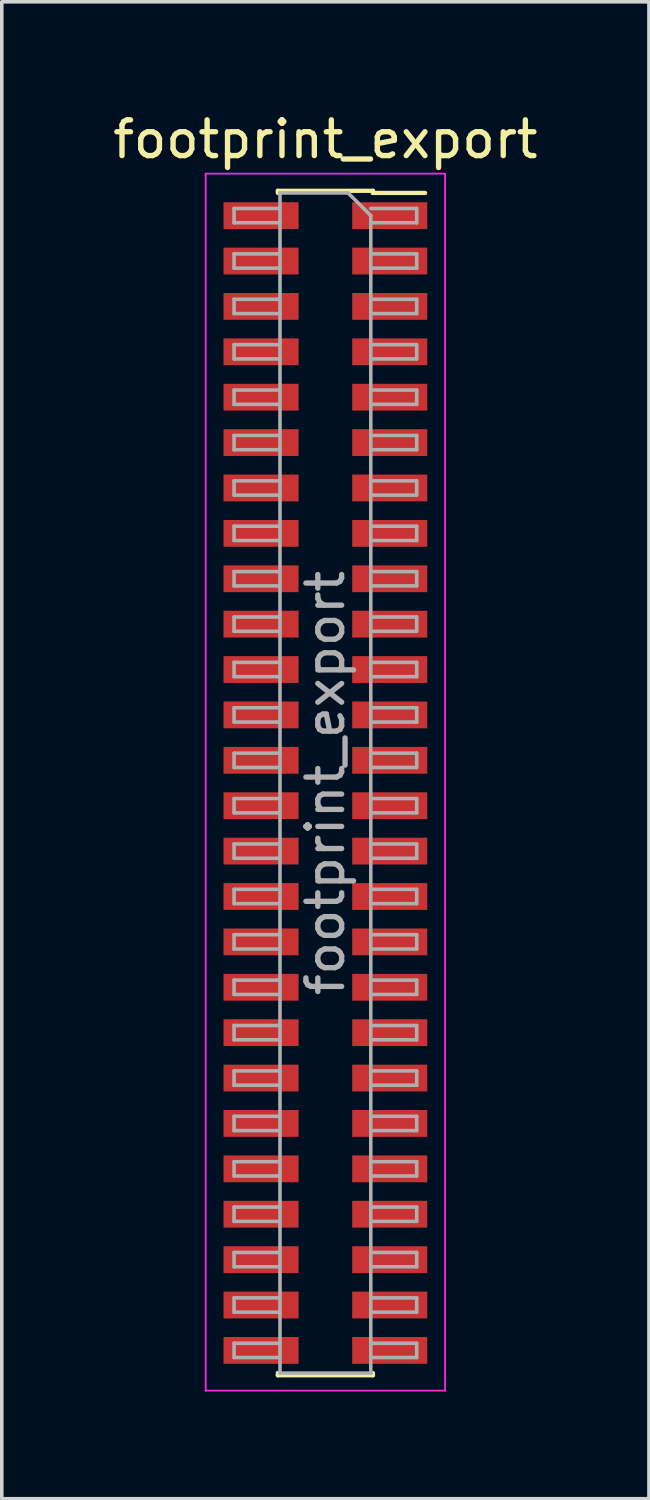
<source format=kicad_pcb>
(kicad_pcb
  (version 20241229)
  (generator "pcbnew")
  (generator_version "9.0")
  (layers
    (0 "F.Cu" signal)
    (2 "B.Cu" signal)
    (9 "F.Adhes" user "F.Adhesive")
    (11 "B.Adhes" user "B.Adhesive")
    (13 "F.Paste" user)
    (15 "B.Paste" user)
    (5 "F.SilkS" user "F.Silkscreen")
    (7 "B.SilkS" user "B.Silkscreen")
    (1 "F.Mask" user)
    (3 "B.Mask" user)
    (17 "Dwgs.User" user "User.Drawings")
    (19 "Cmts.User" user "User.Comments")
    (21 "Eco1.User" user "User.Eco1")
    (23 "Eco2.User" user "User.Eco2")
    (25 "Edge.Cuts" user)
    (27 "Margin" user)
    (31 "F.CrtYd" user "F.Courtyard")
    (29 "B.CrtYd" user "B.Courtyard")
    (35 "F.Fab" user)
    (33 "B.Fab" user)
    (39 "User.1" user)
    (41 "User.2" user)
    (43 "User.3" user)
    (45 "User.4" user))
  (footprint "footprint_export"
    (layer "F.Cu")
    (at 6.054 18.858)
    (property "Reference" "footprint_export" (at 0 -18.01 0) (layer "F.SilkS") (effects (font (size 1 1) (thickness 0.15))))
    (attr smd)
    (fp_line (start -1.33 -16.57) (end -1.33 -16.51) (stroke (width 0.12) (type solid)) (layer "F.SilkS"))
    (fp_line (start -1.33 -16.57) (end 1.33 -16.57) (stroke (width 0.12) (type solid)) (layer "F.SilkS"))
    (fp_line (start -1.33 16.51) (end -1.33 16.57) (stroke (width 0.12) (type solid)) (layer "F.SilkS"))
    (fp_line (start -1.33 16.57) (end 1.33 16.57) (stroke (width 0.12) (type solid)) (layer "F.SilkS"))
    (fp_line (start 1.33 -16.57) (end 1.33 -16.51) (stroke (width 0.12) (type solid)) (layer "F.SilkS"))
    (fp_line (start 1.33 -16.51) (end 2.79 -16.51) (stroke (width 0.12) (type solid)) (layer "F.SilkS"))
    (fp_line (start 1.33 16.51) (end 1.33 16.57) (stroke (width 0.12) (type solid)) (layer "F.SilkS"))
    (fp_line (start -3.35 -17.05) (end 3.35 -17.05) (stroke (width 0.05) (type solid)) (layer "F.CrtYd"))
    (fp_line (start -3.35 17) (end -3.35 -17.05) (stroke (width 0.05) (type solid)) (layer "F.CrtYd"))
    (fp_line (start 3.35 -17.05) (end 3.35 17) (stroke (width 0.05) (type solid)) (layer "F.CrtYd"))
    (fp_line (start 3.35 17) (end -3.35 17) (stroke (width 0.05) (type solid)) (layer "F.CrtYd"))
    (fp_line (start -2.555 -16.075) (end -1.27 -16.075) (stroke (width 0.1) (type solid)) (layer "F.Fab"))
    (fp_line (start -2.555 -15.675) (end -2.555 -16.075) (stroke (width 0.1) (type solid)) (layer "F.Fab"))
    (fp_line (start -2.555 -14.805) (end -1.27 -14.805) (stroke (width 0.1) (type solid)) (layer "F.Fab"))
    (fp_line (start -2.555 -14.405) (end -2.555 -14.805) (stroke (width 0.1) (type solid)) (layer "F.Fab"))
    (fp_line (start -2.555 -13.535) (end -1.27 -13.535) (stroke (width 0.1) (type solid)) (layer "F.Fab"))
    (fp_line (start -2.555 -13.135) (end -2.555 -13.535) (stroke (width 0.1) (type solid)) (layer "F.Fab"))
    (fp_line (start -2.555 -12.265) (end -1.27 -12.265) (stroke (width 0.1) (type solid)) (layer "F.Fab"))
    (fp_line (start -2.555 -11.865) (end -2.555 -12.265) (stroke (width 0.1) (type solid)) (layer "F.Fab"))
    (fp_line (start -2.555 -10.995) (end -1.27 -10.995) (stroke (width 0.1) (type solid)) (layer "F.Fab"))
    (fp_line (start -2.555 -10.595) (end -2.555 -10.995) (stroke (width 0.1) (type solid)) (layer "F.Fab"))
    (fp_line (start -2.555 -9.725) (end -1.27 -9.725) (stroke (width 0.1) (type solid)) (layer "F.Fab"))
    (fp_line (start -2.555 -9.325) (end -2.555 -9.725) (stroke (width 0.1) (type solid)) (layer "F.Fab"))
    (fp_line (start -2.555 -8.455) (end -1.27 -8.455) (stroke (width 0.1) (type solid)) (layer "F.Fab"))
    (fp_line (start -2.555 -8.055) (end -2.555 -8.455) (stroke (width 0.1) (type solid)) (layer "F.Fab"))
    (fp_line (start -2.555 -7.185) (end -1.27 -7.185) (stroke (width 0.1) (type solid)) (layer "F.Fab"))
    (fp_line (start -2.555 -6.785) (end -2.555 -7.185) (stroke (width 0.1) (type solid)) (layer "F.Fab"))
    (fp_line (start -2.555 -5.915) (end -1.27 -5.915) (stroke (width 0.1) (type solid)) (layer "F.Fab"))
    (fp_line (start -2.555 -5.515) (end -2.555 -5.915) (stroke (width 0.1) (type solid)) (layer "F.Fab"))
    (fp_line (start -2.555 -4.645) (end -1.27 -4.645) (stroke (width 0.1) (type solid)) (layer "F.Fab"))
    (fp_line (start -2.555 -4.245) (end -2.555 -4.645) (stroke (width 0.1) (type solid)) (layer "F.Fab"))
    (fp_line (start -2.555 -3.375) (end -1.27 -3.375) (stroke (width 0.1) (type solid)) (layer "F.Fab"))
    (fp_line (start -2.555 -2.975) (end -2.555 -3.375) (stroke (width 0.1) (type solid)) (layer "F.Fab"))
    (fp_line (start -2.555 -2.105) (end -1.27 -2.105) (stroke (width 0.1) (type solid)) (layer "F.Fab"))
    (fp_line (start -2.555 -1.705) (end -2.555 -2.105) (stroke (width 0.1) (type solid)) (layer "F.Fab"))
    (fp_line (start -2.555 -0.835) (end -1.27 -0.835) (stroke (width 0.1) (type solid)) (layer "F.Fab"))
    (fp_line (start -2.555 -0.435) (end -2.555 -0.835) (stroke (width 0.1) (type solid)) (layer "F.Fab"))
    (fp_line (start -2.555 0.435) (end -1.27 0.435) (stroke (width 0.1) (type solid)) (layer "F.Fab"))
    (fp_line (start -2.555 0.835) (end -2.555 0.435) (stroke (width 0.1) (type solid)) (layer "F.Fab"))
    (fp_line (start -2.555 1.705) (end -1.27 1.705) (stroke (width 0.1) (type solid)) (layer "F.Fab"))
    (fp_line (start -2.555 2.105) (end -2.555 1.705) (stroke (width 0.1) (type solid)) (layer "F.Fab"))
    (fp_line (start -2.555 2.975) (end -1.27 2.975) (stroke (width 0.1) (type solid)) (layer "F.Fab"))
    (fp_line (start -2.555 3.375) (end -2.555 2.975) (stroke (width 0.1) (type solid)) (layer "F.Fab"))
    (fp_line (start -2.555 4.245) (end -1.27 4.245) (stroke (width 0.1) (type solid)) (layer "F.Fab"))
    (fp_line (start -2.555 4.645) (end -2.555 4.245) (stroke (width 0.1) (type solid)) (layer "F.Fab"))
    (fp_line (start -2.555 5.515) (end -1.27 5.515) (stroke (width 0.1) (type solid)) (layer "F.Fab"))
    (fp_line (start -2.555 5.915) (end -2.555 5.515) (stroke (width 0.1) (type solid)) (layer "F.Fab"))
    (fp_line (start -2.555 6.785) (end -1.27 6.785) (stroke (width 0.1) (type solid)) (layer "F.Fab"))
    (fp_line (start -2.555 7.185) (end -2.555 6.785) (stroke (width 0.1) (type solid)) (layer "F.Fab"))
    (fp_line (start -2.555 8.055) (end -1.27 8.055) (stroke (width 0.1) (type solid)) (layer "F.Fab"))
    (fp_line (start -2.555 8.455) (end -2.555 8.055) (stroke (width 0.1) (type solid)) (layer "F.Fab"))
    (fp_line (start -2.555 9.325) (end -1.27 9.325) (stroke (width 0.1) (type solid)) (layer "F.Fab"))
    (fp_line (start -2.555 9.725) (end -2.555 9.325) (stroke (width 0.1) (type solid)) (layer "F.Fab"))
    (fp_line (start -2.555 10.595) (end -1.27 10.595) (stroke (width 0.1) (type solid)) (layer "F.Fab"))
    (fp_line (start -2.555 10.995) (end -2.555 10.595) (stroke (width 0.1) (type solid)) (layer "F.Fab"))
    (fp_line (start -2.555 11.865) (end -1.27 11.865) (stroke (width 0.1) (type solid)) (layer "F.Fab"))
    (fp_line (start -2.555 12.265) (end -2.555 11.865) (stroke (width 0.1) (type solid)) (layer "F.Fab"))
    (fp_line (start -2.555 13.135) (end -1.27 13.135) (stroke (width 0.1) (type solid)) (layer "F.Fab"))
    (fp_line (start -2.555 13.535) (end -2.555 13.135) (stroke (width 0.1) (type solid)) (layer "F.Fab"))
    (fp_line (start -2.555 14.405) (end -1.27 14.405) (stroke (width 0.1) (type solid)) (layer "F.Fab"))
    (fp_line (start -2.555 14.805) (end -2.555 14.405) (stroke (width 0.1) (type solid)) (layer "F.Fab"))
    (fp_line (start -2.555 15.675) (end -1.27 15.675) (stroke (width 0.1) (type solid)) (layer "F.Fab"))
    (fp_line (start -2.555 16.075) (end -2.555 15.675) (stroke (width 0.1) (type solid)) (layer "F.Fab"))
    (fp_line (start -1.27 -16.51) (end 0.635 -16.51) (stroke (width 0.1) (type solid)) (layer "F.Fab"))
    (fp_line (start -1.27 -15.675) (end -2.555 -15.675) (stroke (width 0.1) (type solid)) (layer "F.Fab"))
    (fp_line (start -1.27 -14.405) (end -2.555 -14.405) (stroke (width 0.1) (type solid)) (layer "F.Fab"))
    (fp_line (start -1.27 -13.135) (end -2.555 -13.135) (stroke (width 0.1) (type solid)) (layer "F.Fab"))
    (fp_line (start -1.27 -11.865) (end -2.555 -11.865) (stroke (width 0.1) (type solid)) (layer "F.Fab"))
    (fp_line (start -1.27 -10.595) (end -2.555 -10.595) (stroke (width 0.1) (type solid)) (layer "F.Fab"))
    (fp_line (start -1.27 -9.325) (end -2.555 -9.325) (stroke (width 0.1) (type solid)) (layer "F.Fab"))
    (fp_line (start -1.27 -8.055) (end -2.555 -8.055) (stroke (width 0.1) (type solid)) (layer "F.Fab"))
    (fp_line (start -1.27 -6.785) (end -2.555 -6.785) (stroke (width 0.1) (type solid)) (layer "F.Fab"))
    (fp_line (start -1.27 -5.515) (end -2.555 -5.515) (stroke (width 0.1) (type solid)) (layer "F.Fab"))
    (fp_line (start -1.27 -4.245) (end -2.555 -4.245) (stroke (width 0.1) (type solid)) (layer "F.Fab"))
    (fp_line (start -1.27 -2.975) (end -2.555 -2.975) (stroke (width 0.1) (type solid)) (layer "F.Fab"))
    (fp_line (start -1.27 -1.705) (end -2.555 -1.705) (stroke (width 0.1) (type solid)) (layer "F.Fab"))
    (fp_line (start -1.27 -0.435) (end -2.555 -0.435) (stroke (width 0.1) (type solid)) (layer "F.Fab"))
    (fp_line (start -1.27 0.835) (end -2.555 0.835) (stroke (width 0.1) (type solid)) (layer "F.Fab"))
    (fp_line (start -1.27 2.105) (end -2.555 2.105) (stroke (width 0.1) (type solid)) (layer "F.Fab"))
    (fp_line (start -1.27 3.375) (end -2.555 3.375) (stroke (width 0.1) (type solid)) (layer "F.Fab"))
    (fp_line (start -1.27 4.645) (end -2.555 4.645) (stroke (width 0.1) (type solid)) (layer "F.Fab"))
    (fp_line (start -1.27 5.915) (end -2.555 5.915) (stroke (width 0.1) (type solid)) (layer "F.Fab"))
    (fp_line (start -1.27 7.185) (end -2.555 7.185) (stroke (width 0.1) (type solid)) (layer "F.Fab"))
    (fp_line (start -1.27 8.455) (end -2.555 8.455) (stroke (width 0.1) (type solid)) (layer "F.Fab"))
    (fp_line (start -1.27 9.725) (end -2.555 9.725) (stroke (width 0.1) (type solid)) (layer "F.Fab"))
    (fp_line (start -1.27 10.995) (end -2.555 10.995) (stroke (width 0.1) (type solid)) (layer "F.Fab"))
    (fp_line (start -1.27 12.265) (end -2.555 12.265) (stroke (width 0.1) (type solid)) (layer "F.Fab"))
    (fp_line (start -1.27 13.535) (end -2.555 13.535) (stroke (width 0.1) (type solid)) (layer "F.Fab"))
    (fp_line (start -1.27 14.805) (end -2.555 14.805) (stroke (width 0.1) (type solid)) (layer "F.Fab"))
    (fp_line (start -1.27 16.075) (end -2.555 16.075) (stroke (width 0.1) (type solid)) (layer "F.Fab"))
    (fp_line (start -1.27 16.51) (end -1.27 -16.51) (stroke (width 0.1) (type solid)) (layer "F.Fab"))
    (fp_line (start 0.635 -16.51) (end 1.27 -15.875) (stroke (width 0.1) (type solid)) (layer "F.Fab"))
    (fp_line (start 1.27 -16.075) (end 2.555 -16.075) (stroke (width 0.1) (type solid)) (layer "F.Fab"))
    (fp_line (start 1.27 -15.875) (end 1.27 16.51) (stroke (width 0.1) (type solid)) (layer "F.Fab"))
    (fp_line (start 1.27 -14.805) (end 2.555 -14.805) (stroke (width 0.1) (type solid)) (layer "F.Fab"))
    (fp_line (start 1.27 -13.535) (end 2.555 -13.535) (stroke (width 0.1) (type solid)) (layer "F.Fab"))
    (fp_line (start 1.27 -12.265) (end 2.555 -12.265) (stroke (width 0.1) (type solid)) (layer "F.Fab"))
    (fp_line (start 1.27 -10.995) (end 2.555 -10.995) (stroke (width 0.1) (type solid)) (layer "F.Fab"))
    (fp_line (start 1.27 -9.725) (end 2.555 -9.725) (stroke (width 0.1) (type solid)) (layer "F.Fab"))
    (fp_line (start 1.27 -8.455) (end 2.555 -8.455) (stroke (width 0.1) (type solid)) (layer "F.Fab"))
    (fp_line (start 1.27 -7.185) (end 2.555 -7.185) (stroke (width 0.1) (type solid)) (layer "F.Fab"))
    (fp_line (start 1.27 -5.915) (end 2.555 -5.915) (stroke (width 0.1) (type solid)) (layer "F.Fab"))
    (fp_line (start 1.27 -4.645) (end 2.555 -4.645) (stroke (width 0.1) (type solid)) (layer "F.Fab"))
    (fp_line (start 1.27 -3.375) (end 2.555 -3.375) (stroke (width 0.1) (type solid)) (layer "F.Fab"))
    (fp_line (start 1.27 -2.105) (end 2.555 -2.105) (stroke (width 0.1) (type solid)) (layer "F.Fab"))
    (fp_line (start 1.27 -0.835) (end 2.555 -0.835) (stroke (width 0.1) (type solid)) (layer "F.Fab"))
    (fp_line (start 1.27 0.435) (end 2.555 0.435) (stroke (width 0.1) (type solid)) (layer "F.Fab"))
    (fp_line (start 1.27 1.705) (end 2.555 1.705) (stroke (width 0.1) (type solid)) (layer "F.Fab"))
    (fp_line (start 1.27 2.975) (end 2.555 2.975) (stroke (width 0.1) (type solid)) (layer "F.Fab"))
    (fp_line (start 1.27 4.245) (end 2.555 4.245) (stroke (width 0.1) (type solid)) (layer "F.Fab"))
    (fp_line (start 1.27 5.515) (end 2.555 5.515) (stroke (width 0.1) (type solid)) (layer "F.Fab"))
    (fp_line (start 1.27 6.785) (end 2.555 6.785) (stroke (width 0.1) (type solid)) (layer "F.Fab"))
    (fp_line (start 1.27 8.055) (end 2.555 8.055) (stroke (width 0.1) (type solid)) (layer "F.Fab"))
    (fp_line (start 1.27 9.325) (end 2.555 9.325) (stroke (width 0.1) (type solid)) (layer "F.Fab"))
    (fp_line (start 1.27 10.595) (end 2.555 10.595) (stroke (width 0.1) (type solid)) (layer "F.Fab"))
    (fp_line (start 1.27 11.865) (end 2.555 11.865) (stroke (width 0.1) (type solid)) (layer "F.Fab"))
    (fp_line (start 1.27 13.135) (end 2.555 13.135) (stroke (width 0.1) (type solid)) (layer "F.Fab"))
    (fp_line (start 1.27 14.405) (end 2.555 14.405) (stroke (width 0.1) (type solid)) (layer "F.Fab"))
    (fp_line (start 1.27 15.675) (end 2.555 15.675) (stroke (width 0.1) (type solid)) (layer "F.Fab"))
    (fp_line (start 1.27 16.51) (end -1.27 16.51) (stroke (width 0.1) (type solid)) (layer "F.Fab"))
    (fp_line (start 2.555 -16.075) (end 2.555 -15.675) (stroke (width 0.1) (type solid)) (layer "F.Fab"))
    (fp_line (start 2.555 -15.675) (end 1.27 -15.675) (stroke (width 0.1) (type solid)) (layer "F.Fab"))
    (fp_line (start 2.555 -14.805) (end 2.555 -14.405) (stroke (width 0.1) (type solid)) (layer "F.Fab"))
    (fp_line (start 2.555 -14.405) (end 1.27 -14.405) (stroke (width 0.1) (type solid)) (layer "F.Fab"))
    (fp_line (start 2.555 -13.535) (end 2.555 -13.135) (stroke (width 0.1) (type solid)) (layer "F.Fab"))
    (fp_line (start 2.555 -13.135) (end 1.27 -13.135) (stroke (width 0.1) (type solid)) (layer "F.Fab"))
    (fp_line (start 2.555 -12.265) (end 2.555 -11.865) (stroke (width 0.1) (type solid)) (layer "F.Fab"))
    (fp_line (start 2.555 -11.865) (end 1.27 -11.865) (stroke (width 0.1) (type solid)) (layer "F.Fab"))
    (fp_line (start 2.555 -10.995) (end 2.555 -10.595) (stroke (width 0.1) (type solid)) (layer "F.Fab"))
    (fp_line (start 2.555 -10.595) (end 1.27 -10.595) (stroke (width 0.1) (type solid)) (layer "F.Fab"))
    (fp_line (start 2.555 -9.725) (end 2.555 -9.325) (stroke (width 0.1) (type solid)) (layer "F.Fab"))
    (fp_line (start 2.555 -9.325) (end 1.27 -9.325) (stroke (width 0.1) (type solid)) (layer "F.Fab"))
    (fp_line (start 2.555 -8.455) (end 2.555 -8.055) (stroke (width 0.1) (type solid)) (layer "F.Fab"))
    (fp_line (start 2.555 -8.055) (end 1.27 -8.055) (stroke (width 0.1) (type solid)) (layer "F.Fab"))
    (fp_line (start 2.555 -7.185) (end 2.555 -6.785) (stroke (width 0.1) (type solid)) (layer "F.Fab"))
    (fp_line (start 2.555 -6.785) (end 1.27 -6.785) (stroke (width 0.1) (type solid)) (layer "F.Fab"))
    (fp_line (start 2.555 -5.915) (end 2.555 -5.515) (stroke (width 0.1) (type solid)) (layer "F.Fab"))
    (fp_line (start 2.555 -5.515) (end 1.27 -5.515) (stroke (width 0.1) (type solid)) (layer "F.Fab"))
    (fp_line (start 2.555 -4.645) (end 2.555 -4.245) (stroke (width 0.1) (type solid)) (layer "F.Fab"))
    (fp_line (start 2.555 -4.245) (end 1.27 -4.245) (stroke (width 0.1) (type solid)) (layer "F.Fab"))
    (fp_line (start 2.555 -3.375) (end 2.555 -2.975) (stroke (width 0.1) (type solid)) (layer "F.Fab"))
    (fp_line (start 2.555 -2.975) (end 1.27 -2.975) (stroke (width 0.1) (type solid)) (layer "F.Fab"))
    (fp_line (start 2.555 -2.105) (end 2.555 -1.705) (stroke (width 0.1) (type solid)) (layer "F.Fab"))
    (fp_line (start 2.555 -1.705) (end 1.27 -1.705) (stroke (width 0.1) (type solid)) (layer "F.Fab"))
    (fp_line (start 2.555 -0.835) (end 2.555 -0.435) (stroke (width 0.1) (type solid)) (layer "F.Fab"))
    (fp_line (start 2.555 -0.435) (end 1.27 -0.435) (stroke (width 0.1) (type solid)) (layer "F.Fab"))
    (fp_line (start 2.555 0.435) (end 2.555 0.835) (stroke (width 0.1) (type solid)) (layer "F.Fab"))
    (fp_line (start 2.555 0.835) (end 1.27 0.835) (stroke (width 0.1) (type solid)) (layer "F.Fab"))
    (fp_line (start 2.555 1.705) (end 2.555 2.105) (stroke (width 0.1) (type solid)) (layer "F.Fab"))
    (fp_line (start 2.555 2.105) (end 1.27 2.105) (stroke (width 0.1) (type solid)) (layer "F.Fab"))
    (fp_line (start 2.555 2.975) (end 2.555 3.375) (stroke (width 0.1) (type solid)) (layer "F.Fab"))
    (fp_line (start 2.555 3.375) (end 1.27 3.375) (stroke (width 0.1) (type solid)) (layer "F.Fab"))
    (fp_line (start 2.555 4.245) (end 2.555 4.645) (stroke (width 0.1) (type solid)) (layer "F.Fab"))
    (fp_line (start 2.555 4.645) (end 1.27 4.645) (stroke (width 0.1) (type solid)) (layer "F.Fab"))
    (fp_line (start 2.555 5.515) (end 2.555 5.915) (stroke (width 0.1) (type solid)) (layer "F.Fab"))
    (fp_line (start 2.555 5.915) (end 1.27 5.915) (stroke (width 0.1) (type solid)) (layer "F.Fab"))
    (fp_line (start 2.555 6.785) (end 2.555 7.185) (stroke (width 0.1) (type solid)) (layer "F.Fab"))
    (fp_line (start 2.555 7.185) (end 1.27 7.185) (stroke (width 0.1) (type solid)) (layer "F.Fab"))
    (fp_line (start 2.555 8.055) (end 2.555 8.455) (stroke (width 0.1) (type solid)) (layer "F.Fab"))
    (fp_line (start 2.555 8.455) (end 1.27 8.455) (stroke (width 0.1) (type solid)) (layer "F.Fab"))
    (fp_line (start 2.555 9.325) (end 2.555 9.725) (stroke (width 0.1) (type solid)) (layer "F.Fab"))
    (fp_line (start 2.555 9.725) (end 1.27 9.725) (stroke (width 0.1) (type solid)) (layer "F.Fab"))
    (fp_line (start 2.555 10.595) (end 2.555 10.995) (stroke (width 0.1) (type solid)) (layer "F.Fab"))
    (fp_line (start 2.555 10.995) (end 1.27 10.995) (stroke (width 0.1) (type solid)) (layer "F.Fab"))
    (fp_line (start 2.555 11.865) (end 2.555 12.265) (stroke (width 0.1) (type solid)) (layer "F.Fab"))
    (fp_line (start 2.555 12.265) (end 1.27 12.265) (stroke (width 0.1) (type solid)) (layer "F.Fab"))
    (fp_line (start 2.555 13.135) (end 2.555 13.535) (stroke (width 0.1) (type solid)) (layer "F.Fab"))
    (fp_line (start 2.555 13.535) (end 1.27 13.535) (stroke (width 0.1) (type solid)) (layer "F.Fab"))
    (fp_line (start 2.555 14.405) (end 2.555 14.805) (stroke (width 0.1) (type solid)) (layer "F.Fab"))
    (fp_line (start 2.555 14.805) (end 1.27 14.805) (stroke (width 0.1) (type solid)) (layer "F.Fab"))
    (fp_line (start 2.555 15.675) (end 2.555 16.075) (stroke (width 0.1) (type solid)) (layer "F.Fab"))
    (fp_line (start 2.555 16.075) (end 1.27 16.075) (stroke (width 0.1) (type solid)) (layer "F.Fab"))
    (fp_text user "${REFERENCE}" (at 0 0 90) (layer "F.Fab") (effects (font (size 1 1) (thickness 0.15))))
    (pad "1" smd rect (at 1.8 -15.875) (size 2.1 0.75) (layers "F.Cu" "F.Mask" "F.Paste"))
    (pad "2" smd rect (at -1.8 -15.875) (size 2.1 0.75) (layers "F.Cu" "F.Mask" "F.Paste"))
    (pad "3" smd rect (at 1.8 -14.605) (size 2.1 0.75) (layers "F.Cu" "F.Mask" "F.Paste"))
    (pad "4" smd rect (at -1.8 -14.605) (size 2.1 0.75) (layers "F.Cu" "F.Mask" "F.Paste"))
    (pad "5" smd rect (at 1.8 -13.335) (size 2.1 0.75) (layers "F.Cu" "F.Mask" "F.Paste"))
    (pad "6" smd rect (at -1.8 -13.335) (size 2.1 0.75) (layers "F.Cu" "F.Mask" "F.Paste"))
    (pad "7" smd rect (at 1.8 -12.065) (size 2.1 0.75) (layers "F.Cu" "F.Mask" "F.Paste"))
    (pad "8" smd rect (at -1.8 -12.065) (size 2.1 0.75) (layers "F.Cu" "F.Mask" "F.Paste"))
    (pad "9" smd rect (at 1.8 -10.795) (size 2.1 0.75) (layers "F.Cu" "F.Mask" "F.Paste"))
    (pad "10" smd rect (at -1.8 -10.795) (size 2.1 0.75) (layers "F.Cu" "F.Mask" "F.Paste"))
    (pad "11" smd rect (at 1.8 -9.525) (size 2.1 0.75) (layers "F.Cu" "F.Mask" "F.Paste"))
    (pad "12" smd rect (at -1.8 -9.525) (size 2.1 0.75) (layers "F.Cu" "F.Mask" "F.Paste"))
    (pad "13" smd rect (at 1.8 -8.255) (size 2.1 0.75) (layers "F.Cu" "F.Mask" "F.Paste"))
    (pad "14" smd rect (at -1.8 -8.255) (size 2.1 0.75) (layers "F.Cu" "F.Mask" "F.Paste"))
    (pad "15" smd rect (at 1.8 -6.985) (size 2.1 0.75) (layers "F.Cu" "F.Mask" "F.Paste"))
    (pad "16" smd rect (at -1.8 -6.985) (size 2.1 0.75) (layers "F.Cu" "F.Mask" "F.Paste"))
    (pad "17" smd rect (at 1.8 -5.715) (size 2.1 0.75) (layers "F.Cu" "F.Mask" "F.Paste"))
    (pad "18" smd rect (at -1.8 -5.715) (size 2.1 0.75) (layers "F.Cu" "F.Mask" "F.Paste"))
    (pad "19" smd rect (at 1.8 -4.445) (size 2.1 0.75) (layers "F.Cu" "F.Mask" "F.Paste"))
    (pad "20" smd rect (at -1.8 -4.445) (size 2.1 0.75) (layers "F.Cu" "F.Mask" "F.Paste"))
    (pad "21" smd rect (at 1.8 -3.175) (size 2.1 0.75) (layers "F.Cu" "F.Mask" "F.Paste"))
    (pad "22" smd rect (at -1.8 -3.175) (size 2.1 0.75) (layers "F.Cu" "F.Mask" "F.Paste"))
    (pad "23" smd rect (at 1.8 -1.905) (size 2.1 0.75) (layers "F.Cu" "F.Mask" "F.Paste"))
    (pad "24" smd rect (at -1.8 -1.905) (size 2.1 0.75) (layers "F.Cu" "F.Mask" "F.Paste"))
    (pad "25" smd rect (at 1.8 -0.635) (size 2.1 0.75) (layers "F.Cu" "F.Mask" "F.Paste"))
    (pad "26" smd rect (at -1.8 -0.635) (size 2.1 0.75) (layers "F.Cu" "F.Mask" "F.Paste"))
    (pad "27" smd rect (at 1.8 0.635) (size 2.1 0.75) (layers "F.Cu" "F.Mask" "F.Paste"))
    (pad "28" smd rect (at -1.8 0.635) (size 2.1 0.75) (layers "F.Cu" "F.Mask" "F.Paste"))
    (pad "29" smd rect (at 1.8 1.905) (size 2.1 0.75) (layers "F.Cu" "F.Mask" "F.Paste"))
    (pad "30" smd rect (at -1.8 1.905) (size 2.1 0.75) (layers "F.Cu" "F.Mask" "F.Paste"))
    (pad "31" smd rect (at 1.8 3.175) (size 2.1 0.75) (layers "F.Cu" "F.Mask" "F.Paste"))
    (pad "32" smd rect (at -1.8 3.175) (size 2.1 0.75) (layers "F.Cu" "F.Mask" "F.Paste"))
    (pad "33" smd rect (at 1.8 4.445) (size 2.1 0.75) (layers "F.Cu" "F.Mask" "F.Paste"))
    (pad "34" smd rect (at -1.8 4.445) (size 2.1 0.75) (layers "F.Cu" "F.Mask" "F.Paste"))
    (pad "35" smd rect (at 1.8 5.715) (size 2.1 0.75) (layers "F.Cu" "F.Mask" "F.Paste"))
    (pad "36" smd rect (at -1.8 5.715) (size 2.1 0.75) (layers "F.Cu" "F.Mask" "F.Paste"))
    (pad "37" smd rect (at 1.8 6.985) (size 2.1 0.75) (layers "F.Cu" "F.Mask" "F.Paste"))
    (pad "38" smd rect (at -1.8 6.985) (size 2.1 0.75) (layers "F.Cu" "F.Mask" "F.Paste"))
    (pad "39" smd rect (at 1.8 8.255) (size 2.1 0.75) (layers "F.Cu" "F.Mask" "F.Paste"))
    (pad "40" smd rect (at -1.8 8.255) (size 2.1 0.75) (layers "F.Cu" "F.Mask" "F.Paste"))
    (pad "41" smd rect (at 1.8 9.525) (size 2.1 0.75) (layers "F.Cu" "F.Mask" "F.Paste"))
    (pad "42" smd rect (at -1.8 9.525) (size 2.1 0.75) (layers "F.Cu" "F.Mask" "F.Paste"))
    (pad "43" smd rect (at 1.8 10.795) (size 2.1 0.75) (layers "F.Cu" "F.Mask" "F.Paste"))
    (pad "44" smd rect (at -1.8 10.795) (size 2.1 0.75) (layers "F.Cu" "F.Mask" "F.Paste"))
    (pad "45" smd rect (at 1.8 12.065) (size 2.1 0.75) (layers "F.Cu" "F.Mask" "F.Paste"))
    (pad "46" smd rect (at -1.8 12.065) (size 2.1 0.75) (layers "F.Cu" "F.Mask" "F.Paste"))
    (pad "47" smd rect (at 1.8 13.335) (size 2.1 0.75) (layers "F.Cu" "F.Mask" "F.Paste"))
    (pad "48" smd rect (at -1.8 13.335) (size 2.1 0.75) (layers "F.Cu" "F.Mask" "F.Paste"))
    (pad "49" smd rect (at 1.8 14.605) (size 2.1 0.75) (layers "F.Cu" "F.Mask" "F.Paste"))
    (pad "50" smd rect (at -1.8 14.605) (size 2.1 0.75) (layers "F.Cu" "F.Mask" "F.Paste"))
    (pad "51" smd rect (at 1.8 15.875) (size 2.1 0.75) (layers "F.Cu" "F.Mask" "F.Paste"))
    (pad "52" smd rect (at -1.8 15.875) (size 2.1 0.75) (layers "F.Cu" "F.Mask" "F.Paste")))
  (gr_rect
    (start -3 -3)
    (end 15.107 38.883)
    (stroke (width 0.1) (type default))
    (fill no)
    (layer "Edge.Cuts")))
</source>
